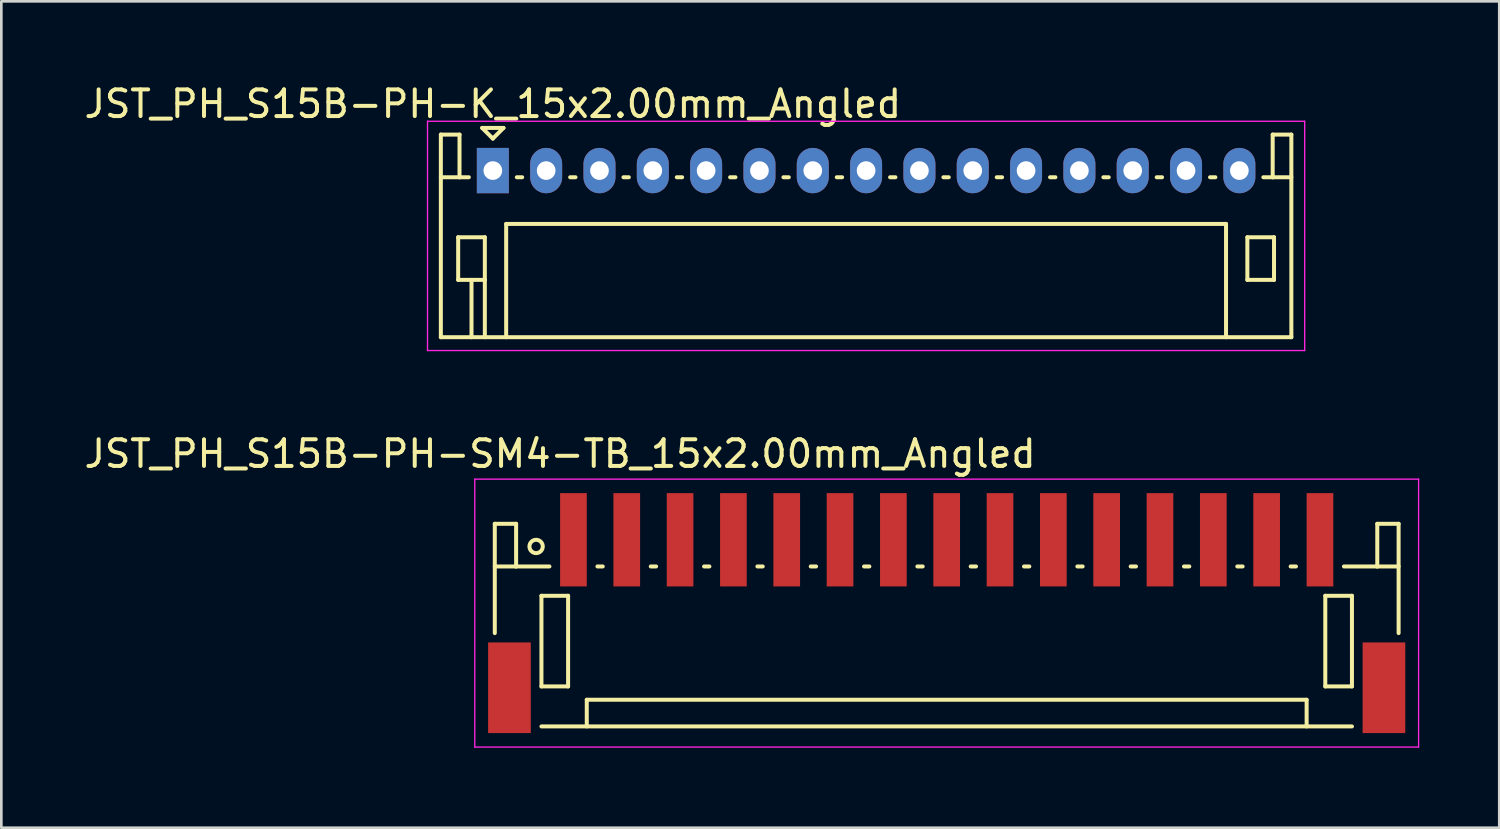
<source format=kicad_pcb>
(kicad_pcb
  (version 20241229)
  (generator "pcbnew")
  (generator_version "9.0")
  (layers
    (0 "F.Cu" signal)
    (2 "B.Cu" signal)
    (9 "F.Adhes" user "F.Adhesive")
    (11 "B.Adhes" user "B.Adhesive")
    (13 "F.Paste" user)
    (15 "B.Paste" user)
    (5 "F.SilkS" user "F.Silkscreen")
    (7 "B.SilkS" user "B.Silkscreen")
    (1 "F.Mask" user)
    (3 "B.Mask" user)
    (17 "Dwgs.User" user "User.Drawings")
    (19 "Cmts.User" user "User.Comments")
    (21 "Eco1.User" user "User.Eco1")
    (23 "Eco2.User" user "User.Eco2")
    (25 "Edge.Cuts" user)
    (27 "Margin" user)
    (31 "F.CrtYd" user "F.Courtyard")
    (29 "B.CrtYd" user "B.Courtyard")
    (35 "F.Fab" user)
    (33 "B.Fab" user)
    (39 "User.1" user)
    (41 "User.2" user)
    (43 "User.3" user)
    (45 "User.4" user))
  (footprint "JST_PH_S15B-PH-SM4-TB_15x2.00mm_Angled"
    (layer "F.Cu")
    (at 32.458 19.971)
    (property "Reference" "JST_PH_S15B-PH-SM4-TB_15x2.00mm_Angled" (at -14.5 -6 0) (layer "F.SilkS") (effects (font (size 1 1) (thickness 0.15))))
    (attr smd)
    (fp_line (start -16.95 -3.375) (end -16.95 0.725) (stroke (width 0.15) (type solid)) (layer "F.SilkS"))
    (fp_line (start -16.15 -3.375) (end -16.95 -3.375) (stroke (width 0.15) (type solid)) (layer "F.SilkS"))
    (fp_line (start -16.15 -1.775) (end -16.95 -1.775) (stroke (width 0.15) (type solid)) (layer "F.SilkS"))
    (fp_line (start -16.15 -1.775) (end -16.15 -3.375) (stroke (width 0.15) (type solid)) (layer "F.SilkS"))
    (fp_line (start -15.2 -0.675) (end -15.2 2.725) (stroke (width 0.15) (type solid)) (layer "F.SilkS"))
    (fp_line (start -15.2 2.725) (end -14.2 2.725) (stroke (width 0.15) (type solid)) (layer "F.SilkS"))
    (fp_line (start -15.2 4.225) (end 15.2 4.225) (stroke (width 0.15) (type solid)) (layer "F.SilkS"))
    (fp_line (start -14.9 -1.775) (end -16.15 -1.775) (stroke (width 0.15) (type solid)) (layer "F.SilkS"))
    (fp_line (start -14.2 -0.675) (end -15.2 -0.675) (stroke (width 0.15) (type solid)) (layer "F.SilkS"))
    (fp_line (start -14.2 2.725) (end -14.2 -0.675) (stroke (width 0.15) (type solid)) (layer "F.SilkS"))
    (fp_line (start -13.5 3.225) (end 13.5 3.225) (stroke (width 0.15) (type solid)) (layer "F.SilkS"))
    (fp_line (start -13.5 4.225) (end -13.5 3.225) (stroke (width 0.15) (type solid)) (layer "F.SilkS"))
    (fp_line (start -13.1 -1.775) (end -12.9 -1.775) (stroke (width 0.15) (type solid)) (layer "F.SilkS"))
    (fp_line (start -11.1 -1.775) (end -10.9 -1.775) (stroke (width 0.15) (type solid)) (layer "F.SilkS"))
    (fp_line (start -9.1 -1.775) (end -8.9 -1.775) (stroke (width 0.15) (type solid)) (layer "F.SilkS"))
    (fp_line (start -7.1 -1.775) (end -6.9 -1.775) (stroke (width 0.15) (type solid)) (layer "F.SilkS"))
    (fp_line (start -5.1 -1.775) (end -4.9 -1.775) (stroke (width 0.15) (type solid)) (layer "F.SilkS"))
    (fp_line (start -3.1 -1.775) (end -2.9 -1.775) (stroke (width 0.15) (type solid)) (layer "F.SilkS"))
    (fp_line (start -1.1 -1.775) (end -0.9 -1.775) (stroke (width 0.15) (type solid)) (layer "F.SilkS"))
    (fp_line (start 0.9 -1.775) (end 1.1 -1.775) (stroke (width 0.15) (type solid)) (layer "F.SilkS"))
    (fp_line (start 2.9 -1.775) (end 3.1 -1.775) (stroke (width 0.15) (type solid)) (layer "F.SilkS"))
    (fp_line (start 4.9 -1.775) (end 5.1 -1.775) (stroke (width 0.15) (type solid)) (layer "F.SilkS"))
    (fp_line (start 6.9 -1.775) (end 7.1 -1.775) (stroke (width 0.15) (type solid)) (layer "F.SilkS"))
    (fp_line (start 8.9 -1.775) (end 9.1 -1.775) (stroke (width 0.15) (type solid)) (layer "F.SilkS"))
    (fp_line (start 10.9 -1.775) (end 11.1 -1.775) (stroke (width 0.15) (type solid)) (layer "F.SilkS"))
    (fp_line (start 12.9 -1.775) (end 13.1 -1.775) (stroke (width 0.15) (type solid)) (layer "F.SilkS"))
    (fp_line (start 13.5 3.225) (end 13.5 4.225) (stroke (width 0.15) (type solid)) (layer "F.SilkS"))
    (fp_line (start 14.2 -0.675) (end 15.2 -0.675) (stroke (width 0.15) (type solid)) (layer "F.SilkS"))
    (fp_line (start 14.2 2.725) (end 14.2 -0.675) (stroke (width 0.15) (type solid)) (layer "F.SilkS"))
    (fp_line (start 14.9 -1.775) (end 16.15 -1.775) (stroke (width 0.15) (type solid)) (layer "F.SilkS"))
    (fp_line (start 15.2 -0.675) (end 15.2 2.725) (stroke (width 0.15) (type solid)) (layer "F.SilkS"))
    (fp_line (start 15.2 2.725) (end 14.2 2.725) (stroke (width 0.15) (type solid)) (layer "F.SilkS"))
    (fp_line (start 16.15 -3.375) (end 16.95 -3.375) (stroke (width 0.15) (type solid)) (layer "F.SilkS"))
    (fp_line (start 16.15 -1.775) (end 16.15 -3.375) (stroke (width 0.15) (type solid)) (layer "F.SilkS"))
    (fp_line (start 16.15 -1.775) (end 16.95 -1.775) (stroke (width 0.15) (type solid)) (layer "F.SilkS"))
    (fp_line (start 16.95 -3.375) (end 16.95 0.725) (stroke (width 0.15) (type solid)) (layer "F.SilkS"))
    (fp_circle (center -15.4 -2.525) (end -15.15 -2.525) (stroke (width 0.15) (type solid)) (fill no) (layer "F.SilkS"))
    (fp_line (start -17.7 -5.05) (end 17.7 -5.05) (stroke (width 0.05) (type solid)) (layer "F.CrtYd"))
    (fp_line (start -17.7 5) (end -17.7 -5.05) (stroke (width 0.05) (type solid)) (layer "F.CrtYd"))
    (fp_line (start 17.7 -5.05) (end 17.7 5) (stroke (width 0.05) (type solid)) (layer "F.CrtYd"))
    (fp_line (start 17.7 5) (end -17.7 5) (stroke (width 0.05) (type solid)) (layer "F.CrtYd"))
    (pad "" smd rect (at -16.4 2.775) (size 1.6 3.4) (layers "F.Cu" "F.Mask" "F.Paste"))
    (pad "" smd rect (at 16.4 2.775) (size 1.6 3.4) (layers "F.Cu" "F.Mask" "F.Paste"))
    (pad "1" smd rect (at -14 -2.775) (size 1 3.5) (layers "F.Cu" "F.Mask" "F.Paste"))
    (pad "2" smd rect (at -12 -2.775) (size 1 3.5) (layers "F.Cu" "F.Mask" "F.Paste"))
    (pad "3" smd rect (at -10 -2.775) (size 1 3.5) (layers "F.Cu" "F.Mask" "F.Paste"))
    (pad "4" smd rect (at -8 -2.775) (size 1 3.5) (layers "F.Cu" "F.Mask" "F.Paste"))
    (pad "5" smd rect (at -6 -2.775) (size 1 3.5) (layers "F.Cu" "F.Mask" "F.Paste"))
    (pad "6" smd rect (at -4 -2.775) (size 1 3.5) (layers "F.Cu" "F.Mask" "F.Paste"))
    (pad "7" smd rect (at -2 -2.775) (size 1 3.5) (layers "F.Cu" "F.Mask" "F.Paste"))
    (pad "8" smd rect (at 0 -2.775) (size 1 3.5) (layers "F.Cu" "F.Mask" "F.Paste"))
    (pad "9" smd rect (at 2 -2.775) (size 1 3.5) (layers "F.Cu" "F.Mask" "F.Paste"))
    (pad "10" smd rect (at 4 -2.775) (size 1 3.5) (layers "F.Cu" "F.Mask" "F.Paste"))
    (pad "11" smd rect (at 6 -2.775) (size 1 3.5) (layers "F.Cu" "F.Mask" "F.Paste"))
    (pad "12" smd rect (at 8 -2.775) (size 1 3.5) (layers "F.Cu" "F.Mask" "F.Paste"))
    (pad "13" smd rect (at 10 -2.775) (size 1 3.5) (layers "F.Cu" "F.Mask" "F.Paste"))
    (pad "14" smd rect (at 12 -2.775) (size 1 3.5) (layers "F.Cu" "F.Mask" "F.Paste"))
    (pad "15" smd rect (at 14 -2.775) (size 1 3.5) (layers "F.Cu" "F.Mask" "F.Paste")))
  (footprint "JST_PH_S15B-PH-K_15x2.00mm_Angled"
    (layer "F.Cu")
    (at 15.435 3.348)
    (property "Reference" "JST_PH_S15B-PH-K_15x2.00mm_Angled" (at 0 -2.5 0) (layer "F.SilkS") (effects (font (size 1 1) (thickness 0.15))))
    (attr through_hole)
    (fp_line (start -1.95 -1.35) (end -1.95 6.25) (stroke (width 0.15) (type solid)) (layer "F.SilkS"))
    (fp_line (start -1.95 0.25) (end -1.25 0.25) (stroke (width 0.15) (type solid)) (layer "F.SilkS"))
    (fp_line (start -1.95 6.25) (end 29.95 6.25) (stroke (width 0.15) (type solid)) (layer "F.SilkS"))
    (fp_line (start -1.3 2.5) (end -1.3 4.1) (stroke (width 0.15) (type solid)) (layer "F.SilkS"))
    (fp_line (start -1.3 4.1) (end -0.3 4.1) (stroke (width 0.15) (type solid)) (layer "F.SilkS"))
    (fp_line (start -1.25 -1.35) (end -1.95 -1.35) (stroke (width 0.15) (type solid)) (layer "F.SilkS"))
    (fp_line (start -1.25 0.25) (end -1.25 -1.35) (stroke (width 0.15) (type solid)) (layer "F.SilkS"))
    (fp_line (start -0.9 0.25) (end -1.25 0.25) (stroke (width 0.15) (type solid)) (layer "F.SilkS"))
    (fp_line (start -0.8 4.1) (end -0.8 6.25) (stroke (width 0.15) (type solid)) (layer "F.SilkS"))
    (fp_line (start -0.4 -1.6) (end 0.4 -1.6) (stroke (width 0.15) (type solid)) (layer "F.SilkS"))
    (fp_line (start -0.3 2.5) (end -1.3 2.5) (stroke (width 0.15) (type solid)) (layer "F.SilkS"))
    (fp_line (start -0.3 4.1) (end -0.3 2.5) (stroke (width 0.15) (type solid)) (layer "F.SilkS"))
    (fp_line (start -0.3 4.1) (end -0.3 6.25) (stroke (width 0.15) (type solid)) (layer "F.SilkS"))
    (fp_line (start 0 -1.2) (end -0.4 -1.6) (stroke (width 0.15) (type solid)) (layer "F.SilkS"))
    (fp_line (start 0.4 -1.6) (end 0 -1.2) (stroke (width 0.15) (type solid)) (layer "F.SilkS"))
    (fp_line (start 0.5 2) (end 27.5 2) (stroke (width 0.15) (type solid)) (layer "F.SilkS"))
    (fp_line (start 0.5 6.25) (end 0.5 2) (stroke (width 0.15) (type solid)) (layer "F.SilkS"))
    (fp_line (start 0.9 0.25) (end 1.1 0.25) (stroke (width 0.15) (type solid)) (layer "F.SilkS"))
    (fp_line (start 2.9 0.25) (end 3.1 0.25) (stroke (width 0.15) (type solid)) (layer "F.SilkS"))
    (fp_line (start 4.9 0.25) (end 5.1 0.25) (stroke (width 0.15) (type solid)) (layer "F.SilkS"))
    (fp_line (start 6.9 0.25) (end 7.1 0.25) (stroke (width 0.15) (type solid)) (layer "F.SilkS"))
    (fp_line (start 8.9 0.25) (end 9.1 0.25) (stroke (width 0.15) (type solid)) (layer "F.SilkS"))
    (fp_line (start 10.9 0.25) (end 11.1 0.25) (stroke (width 0.15) (type solid)) (layer "F.SilkS"))
    (fp_line (start 12.9 0.25) (end 13.1 0.25) (stroke (width 0.15) (type solid)) (layer "F.SilkS"))
    (fp_line (start 14.9 0.25) (end 15.1 0.25) (stroke (width 0.15) (type solid)) (layer "F.SilkS"))
    (fp_line (start 16.9 0.25) (end 17.1 0.25) (stroke (width 0.15) (type solid)) (layer "F.SilkS"))
    (fp_line (start 18.9 0.25) (end 19.1 0.25) (stroke (width 0.15) (type solid)) (layer "F.SilkS"))
    (fp_line (start 20.9 0.25) (end 21.1 0.25) (stroke (width 0.15) (type solid)) (layer "F.SilkS"))
    (fp_line (start 22.9 0.25) (end 23.1 0.25) (stroke (width 0.15) (type solid)) (layer "F.SilkS"))
    (fp_line (start 24.9 0.25) (end 25.1 0.25) (stroke (width 0.15) (type solid)) (layer "F.SilkS"))
    (fp_line (start 26.9 0.25) (end 27.1 0.25) (stroke (width 0.15) (type solid)) (layer "F.SilkS"))
    (fp_line (start 27.5 2) (end 27.5 6.25) (stroke (width 0.15) (type solid)) (layer "F.SilkS"))
    (fp_line (start 28.3 2.5) (end 29.3 2.5) (stroke (width 0.15) (type solid)) (layer "F.SilkS"))
    (fp_line (start 28.3 4.1) (end 28.3 2.5) (stroke (width 0.15) (type solid)) (layer "F.SilkS"))
    (fp_line (start 29.25 -1.35) (end 29.25 0.25) (stroke (width 0.15) (type solid)) (layer "F.SilkS"))
    (fp_line (start 29.25 0.25) (end 28.9 0.25) (stroke (width 0.15) (type solid)) (layer "F.SilkS"))
    (fp_line (start 29.3 2.5) (end 29.3 4.1) (stroke (width 0.15) (type solid)) (layer "F.SilkS"))
    (fp_line (start 29.3 4.1) (end 28.3 4.1) (stroke (width 0.15) (type solid)) (layer "F.SilkS"))
    (fp_line (start 29.95 -1.35) (end 29.25 -1.35) (stroke (width 0.15) (type solid)) (layer "F.SilkS"))
    (fp_line (start 29.95 0.25) (end 29.25 0.25) (stroke (width 0.15) (type solid)) (layer "F.SilkS"))
    (fp_line (start 29.95 6.25) (end 29.95 -1.35) (stroke (width 0.15) (type solid)) (layer "F.SilkS"))
    (fp_line (start -2.45 -1.85) (end 30.45 -1.85) (stroke (width 0.05) (type solid)) (layer "F.CrtYd"))
    (fp_line (start -2.45 6.75) (end -2.45 -1.85) (stroke (width 0.05) (type solid)) (layer "F.CrtYd"))
    (fp_line (start 30.45 -1.85) (end 30.45 6.75) (stroke (width 0.05) (type solid)) (layer "F.CrtYd"))
    (fp_line (start 30.45 6.75) (end -2.45 6.75) (stroke (width 0.05) (type solid)) (layer "F.CrtYd"))
    (pad "1" thru_hole rect (at 0 0) (size 1.2 1.7) (drill 0.7) (layers "*.Cu" "*.Mask"))
    (pad "2" thru_hole oval (at 2 0) (size 1.2 1.7) (drill 0.7) (layers "*.Cu" "*.Mask"))
    (pad "3" thru_hole oval (at 4 0) (size 1.2 1.7) (drill 0.7) (layers "*.Cu" "*.Mask"))
    (pad "4" thru_hole oval (at 6 0) (size 1.2 1.7) (drill 0.7) (layers "*.Cu" "*.Mask"))
    (pad "5" thru_hole oval (at 8 0) (size 1.2 1.7) (drill 0.7) (layers "*.Cu" "*.Mask"))
    (pad "6" thru_hole oval (at 10 0) (size 1.2 1.7) (drill 0.7) (layers "*.Cu" "*.Mask"))
    (pad "7" thru_hole oval (at 12 0) (size 1.2 1.7) (drill 0.7) (layers "*.Cu" "*.Mask"))
    (pad "8" thru_hole oval (at 14 0) (size 1.2 1.7) (drill 0.7) (layers "*.Cu" "*.Mask"))
    (pad "9" thru_hole oval (at 16 0) (size 1.2 1.7) (drill 0.7) (layers "*.Cu" "*.Mask"))
    (pad "10" thru_hole oval (at 18 0) (size 1.2 1.7) (drill 0.7) (layers "*.Cu" "*.Mask"))
    (pad "11" thru_hole oval (at 20 0) (size 1.2 1.7) (drill 0.7) (layers "*.Cu" "*.Mask"))
    (pad "12" thru_hole oval (at 22 0) (size 1.2 1.7) (drill 0.7) (layers "*.Cu" "*.Mask"))
    (pad "13" thru_hole oval (at 24 0) (size 1.2 1.7) (drill 0.7) (layers "*.Cu" "*.Mask"))
    (pad "14" thru_hole oval (at 26 0) (size 1.2 1.7) (drill 0.7) (layers "*.Cu" "*.Mask"))
    (pad "15" thru_hole oval (at 28 0) (size 1.2 1.7) (drill 0.7) (layers "*.Cu" "*.Mask")))
  (gr_rect
    (start -3 -3)
    (end 53.183 27.997)
    (stroke (width 0.1) (type default))
    (fill no)
    (layer "Edge.Cuts")))
</source>
